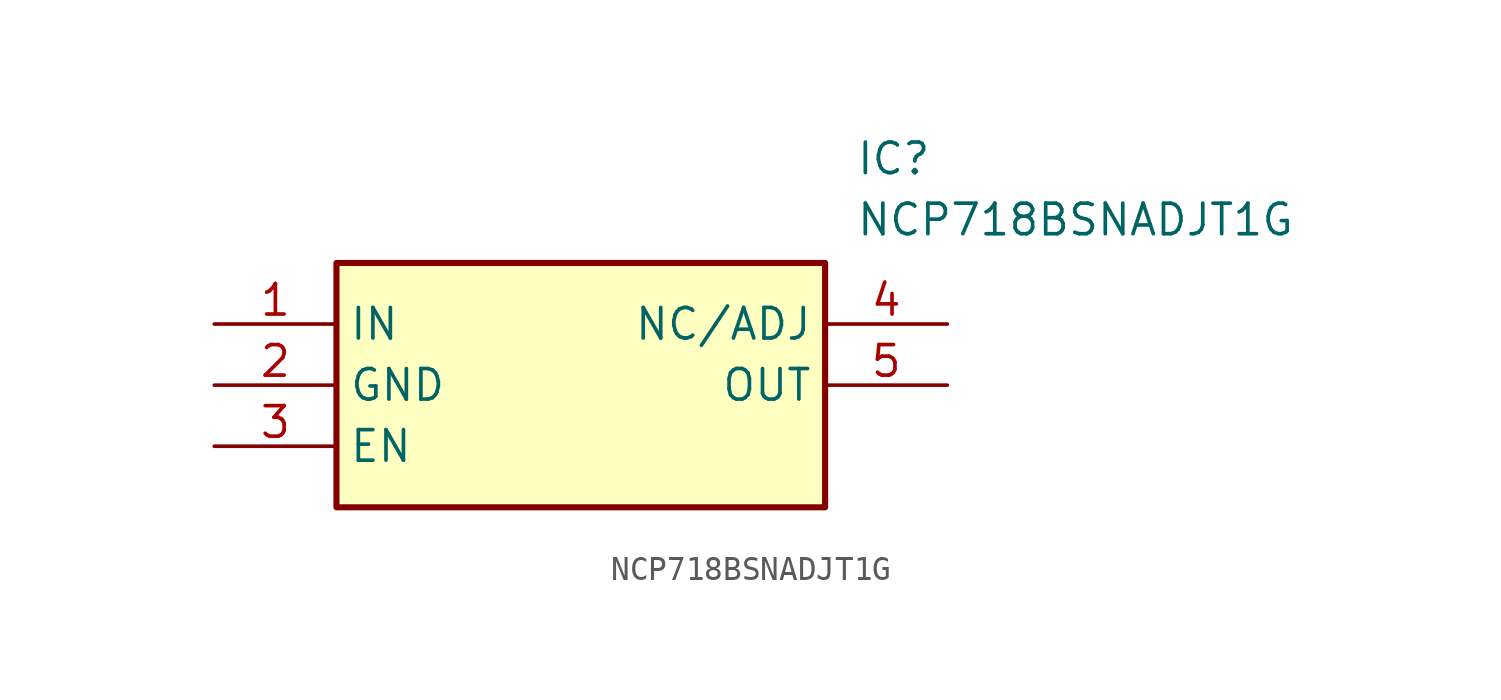
<source format=kicad_sym>
(kicad_symbol_lib
  (version 20211014)
  (generator SamacSys_ECAD_Model)
  (symbol "NCP718BSNADJT1G"
    (property "Reference" "IC"
      (at 26.67 7.62 0)
      (effects (font (size 1.27 1.27)) (justify left top)))
    (property "Value" "NCP718BSNADJT1G"
      (at 26.67 5.08 0)
      (effects (font (size 1.27 1.27)) (justify left top)))
    (rectangle
      (start 5.08 2.54)
      (end 25.4 -7.62)
      (stroke (width 0.254) (type default))
      (fill (type background)))
    (pin passive line
      (at 0 0 0)
      (length 5.08)
      (name "IN" (effects (font (size 1.27 1.27))))
      (number "1" (effects (font (size 1.27 1.27)))))
    (pin passive line
      (at 0 -2.54 0)
      (length 5.08)
      (name "GND" (effects (font (size 1.27 1.27))))
      (number "2" (effects (font (size 1.27 1.27)))))
    (pin passive line
      (at 0 -5.08 0)
      (length 5.08)
      (name "EN" (effects (font (size 1.27 1.27))))
      (number "3" (effects (font (size 1.27 1.27)))))
    (pin passive line
      (at 30.48 0 180)
      (length 5.08)
      (name "NC/ADJ" (effects (font (size 1.27 1.27))))
      (number "4" (effects (font (size 1.27 1.27)))))
    (pin passive line
      (at 30.48 -2.54 180)
      (length 5.08)
      (name "OUT" (effects (font (size 1.27 1.27))))
      (number "5" (effects (font (size 1.27 1.27)))))))
</source>
